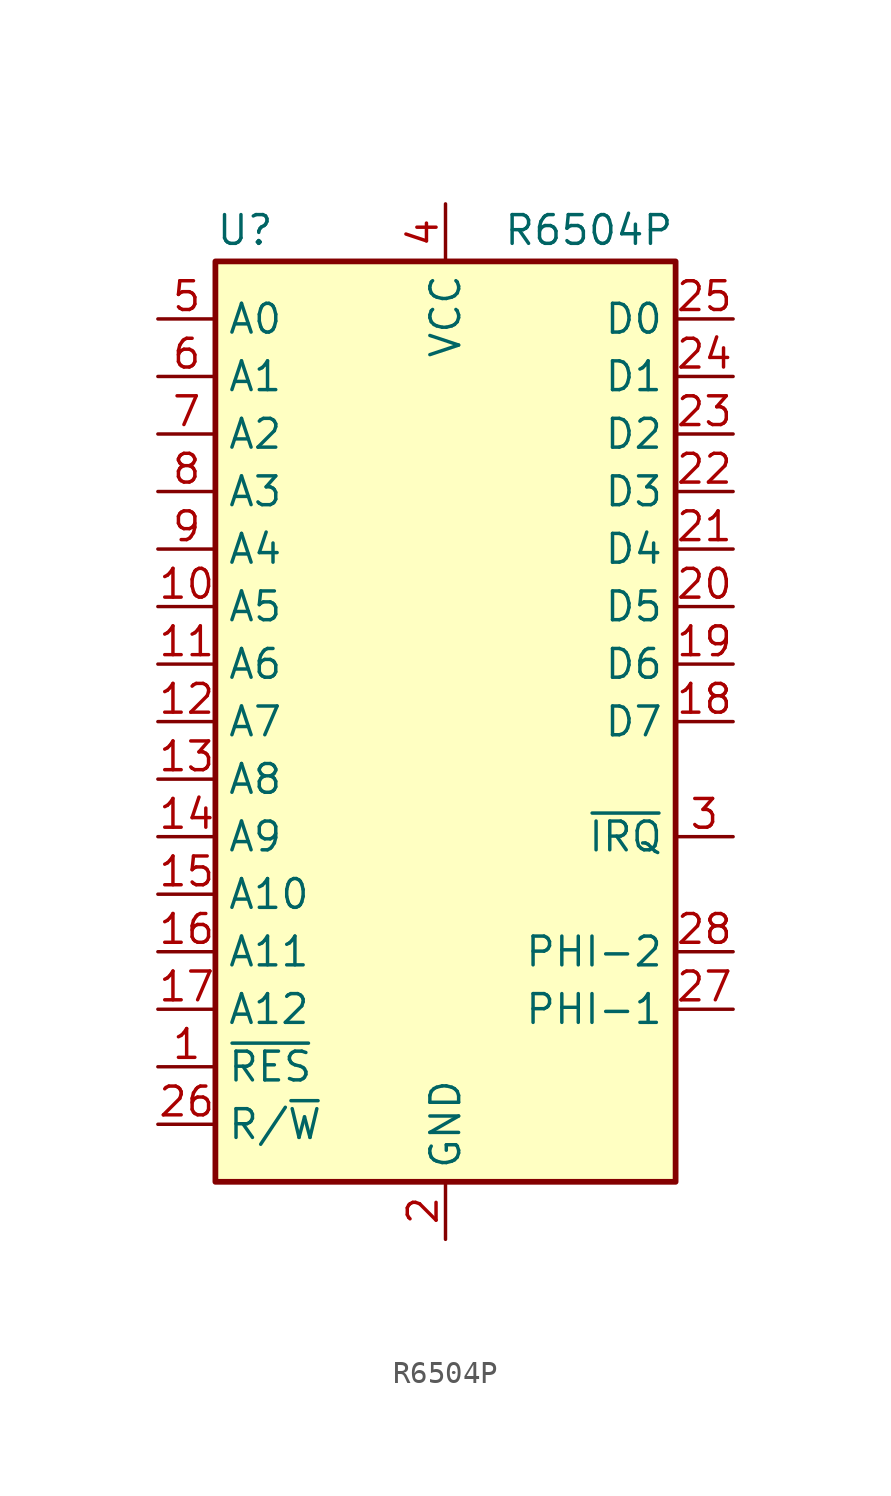
<source format=kicad_sym>
(kicad_symbol_lib
  (version 20220914)
  (generator kicad_symbol_editor)
  (symbol "R6504P"
    (property "Reference" "U"
      (at -10.16 20.955 0)
      (effects (font (size 1.27 1.27)) (justify left bottom)))
    (property "Value" "R6504P"
      (at 2.54 20.955 0)
      (effects (font (size 1.27 1.27)) (justify left bottom)))
    (symbol "R6504P_0_1"
      (rectangle (start -10.16 20.32) (end 10.16 -20.32) (stroke (width 0.254) (type default)) (fill (type background))))
    (symbol "R6504P_1_0"
      (pin power_in line (at 0 -22.86 90) (length 2.54) (name "GND" (effects (font (size 1.27 1.27)))) (number "2" (effects (font (size 1.27 1.27)))))
      (pin power_in line (at 0 22.86 270) (length 2.54) (name "VCC" (effects (font (size 1.27 1.27)))) (number "4" (effects (font (size 1.27 1.27))))))
    (symbol "R6504P_1_1"
      (pin input line (at -12.7 -15.24 0) (length 2.54) (name "~{RES}" (effects (font (size 1.27 1.27)))) (number "1" (effects (font (size 1.27 1.27)))))
      (pin output line (at -12.7 5.08 0) (length 2.54) (name "A5" (effects (font (size 1.27 1.27)))) (number "10" (effects (font (size 1.27 1.27)))))
      (pin output line (at -12.7 2.54 0) (length 2.54) (name "A6" (effects (font (size 1.27 1.27)))) (number "11" (effects (font (size 1.27 1.27)))))
      (pin output line (at -12.7 0 0) (length 2.54) (name "A7" (effects (font (size 1.27 1.27)))) (number "12" (effects (font (size 1.27 1.27)))))
      (pin output line (at -12.7 -2.54 0) (length 2.54) (name "A8" (effects (font (size 1.27 1.27)))) (number "13" (effects (font (size 1.27 1.27)))))
      (pin output line (at -12.7 -5.08 0) (length 2.54) (name "A9" (effects (font (size 1.27 1.27)))) (number "14" (effects (font (size 1.27 1.27)))))
      (pin output line (at -12.7 -7.62 0) (length 2.54) (name "A10" (effects (font (size 1.27 1.27)))) (number "15" (effects (font (size 1.27 1.27)))))
      (pin output line (at -12.7 -10.16 0) (length 2.54) (name "A11" (effects (font (size 1.27 1.27)))) (number "16" (effects (font (size 1.27 1.27)))))
      (pin output line (at -12.7 -12.7 0) (length 2.54) (name "A12" (effects (font (size 1.27 1.27)))) (number "17" (effects (font (size 1.27 1.27)))))
      (pin tri_state line (at 12.7 0 180) (length 2.54) (name "D7" (effects (font (size 1.27 1.27)))) (number "18" (effects (font (size 1.27 1.27)))))
      (pin tri_state line (at 12.7 2.54 180) (length 2.54) (name "D6" (effects (font (size 1.27 1.27)))) (number "19" (effects (font (size 1.27 1.27)))))
      (pin tri_state line (at 12.7 5.08 180) (length 2.54) (name "D5" (effects (font (size 1.27 1.27)))) (number "20" (effects (font (size 1.27 1.27)))))
      (pin tri_state line (at 12.7 7.62 180) (length 2.54) (name "D4" (effects (font (size 1.27 1.27)))) (number "21" (effects (font (size 1.27 1.27)))))
      (pin tri_state line (at 12.7 10.16 180) (length 2.54) (name "D3" (effects (font (size 1.27 1.27)))) (number "22" (effects (font (size 1.27 1.27)))))
      (pin tri_state line (at 12.7 12.7 180) (length 2.54) (name "D2" (effects (font (size 1.27 1.27)))) (number "23" (effects (font (size 1.27 1.27)))))
      (pin tri_state line (at 12.7 15.24 180) (length 2.54) (name "D1" (effects (font (size 1.27 1.27)))) (number "24" (effects (font (size 1.27 1.27)))))
      (pin tri_state line (at 12.7 17.78 180) (length 2.54) (name "D0" (effects (font (size 1.27 1.27)))) (number "25" (effects (font (size 1.27 1.27)))))
      (pin output line (at -12.7 -17.78 0) (length 2.54) (name "R/~{W}" (effects (font (size 1.27 1.27)))) (number "26" (effects (font (size 1.27 1.27)))))
      (pin input line (at 12.7 -12.7 180) (length 2.54) (name "PHI-1" (effects (font (size 1.27 1.27)))) (number "27" (effects (font (size 1.27 1.27)))))
      (pin output line (at 12.7 -10.16 180) (length 2.54) (name "PHI-2" (effects (font (size 1.27 1.27)))) (number "28" (effects (font (size 1.27 1.27)))))
      (pin input line (at 12.7 -5.08 180) (length 2.54) (name "~{IRQ}" (effects (font (size 1.27 1.27)))) (number "3" (effects (font (size 1.27 1.27)))))
      (pin output line (at -12.7 17.78 0) (length 2.54) (name "A0" (effects (font (size 1.27 1.27)))) (number "5" (effects (font (size 1.27 1.27)))))
      (pin output line (at -12.7 15.24 0) (length 2.54) (name "A1" (effects (font (size 1.27 1.27)))) (number "6" (effects (font (size 1.27 1.27)))))
      (pin output line (at -12.7 12.7 0) (length 2.54) (name "A2" (effects (font (size 1.27 1.27)))) (number "7" (effects (font (size 1.27 1.27)))))
      (pin output line (at -12.7 10.16 0) (length 2.54) (name "A3" (effects (font (size 1.27 1.27)))) (number "8" (effects (font (size 1.27 1.27)))))
      (pin output line (at -12.7 7.62 0) (length 2.54) (name "A4" (effects (font (size 1.27 1.27)))) (number "9" (effects (font (size 1.27 1.27))))))))
</source>
